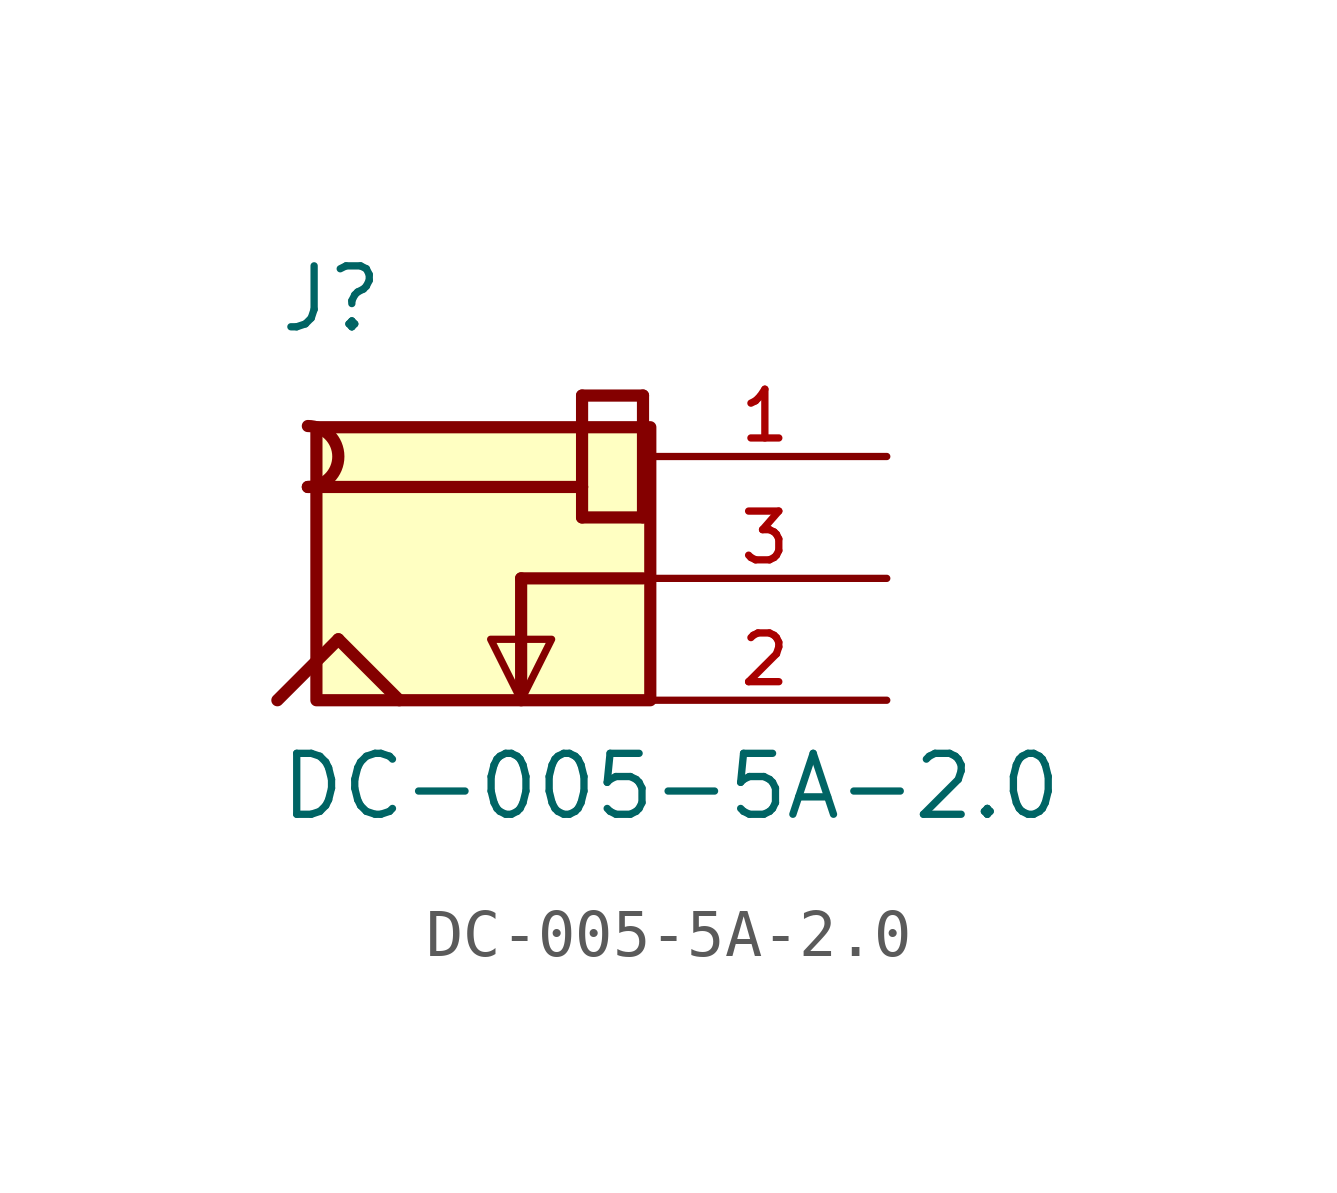
<source format=kicad_sym>
(kicad_symbol_lib
  (version 20220914)
  (generator kicad_symbol_editor)
  (symbol "DC-005-5A-2.0"
    (pin_names
      (offset 1.016) hide)
    (property "Reference" "J"
      (at -5.08 5.08 0)
      (effects (font (size 1.27 1.27)) (justify left bottom)))
    (property "Value" "DC-005-5A-2.0"
      (at -5.08 -5.08 0)
      (effects (font (size 1.27 1.27)) (justify left bottom)))
    (property "ki_locked" ""
      (at 0 0 0)
      (effects (font (size 1.27 1.27))))
    (symbol "DC-005-5A-2.0_0_0"
      (arc (start -4.445 1.905) (mid -3.8127 2.54) (end -4.445 3.175) (stroke (width 0.254) (type solid)) (fill (type none)))
      (rectangle (start -4.267 -2.54) (end 2.692 3.15) (stroke (width 0.254) (type solid)) (fill (type background)))
      (polyline (pts (xy -4.445 1.905) (xy 1.27 1.905)) (stroke (width 0.254) (type solid)) (fill (type none)))
      (polyline (pts (xy -3.81 -1.27) (xy -5.08 -2.54)) (stroke (width 0.254) (type solid)) (fill (type none)))
      (polyline (pts (xy -2.54 -2.54) (xy -3.81 -1.27)) (stroke (width 0.254) (type solid)) (fill (type none)))
      (polyline (pts (xy 0 0) (xy 0 -2.54)) (stroke (width 0.254) (type solid)) (fill (type none)))
      (polyline (pts (xy 1.27 1.27) (xy 2.54 1.27)) (stroke (width 0.254) (type solid)) (fill (type none)))
      (polyline (pts (xy 1.27 1.905) (xy 1.27 1.27)) (stroke (width 0.254) (type solid)) (fill (type none)))
      (polyline (pts (xy 1.27 3.175) (xy 1.27 1.905)) (stroke (width 0.254) (type solid)) (fill (type none)))
      (polyline (pts (xy 1.27 3.81) (xy 1.27 3.175)) (stroke (width 0.254) (type solid)) (fill (type none)))
      (polyline (pts (xy 2.54 0) (xy 0 0)) (stroke (width 0.254) (type solid)) (fill (type none)))
      (polyline (pts (xy 2.54 3.81) (xy 1.27 3.81)) (stroke (width 0.254) (type solid)) (fill (type none)))
      (polyline (pts (xy 2.54 3.81) (xy 2.54 1.27)) (stroke (width 0.254) (type solid)) (fill (type none)))
      (polyline (pts (xy -0.635 -1.27) (xy 0.635 -1.27) (xy 0 -2.54) (xy -0.635 -1.27)) (stroke (width 0.152) (type solid)) (fill (type background)))
      (pin passive line (at 7.62 2.54 180) (length 5.08) (name "~" (effects (font (size 1.016 1.016)))) (number "1" (effects (font (size 1.016 1.016)))))
      (pin passive line (at 7.62 -2.54 180) (length 5.08) (name "~" (effects (font (size 1.016 1.016)))) (number "2" (effects (font (size 1.016 1.016)))))
      (pin passive line (at 7.62 0 180) (length 5.08) (name "~" (effects (font (size 1.016 1.016)))) (number "3" (effects (font (size 1.016 1.016))))))))
</source>
